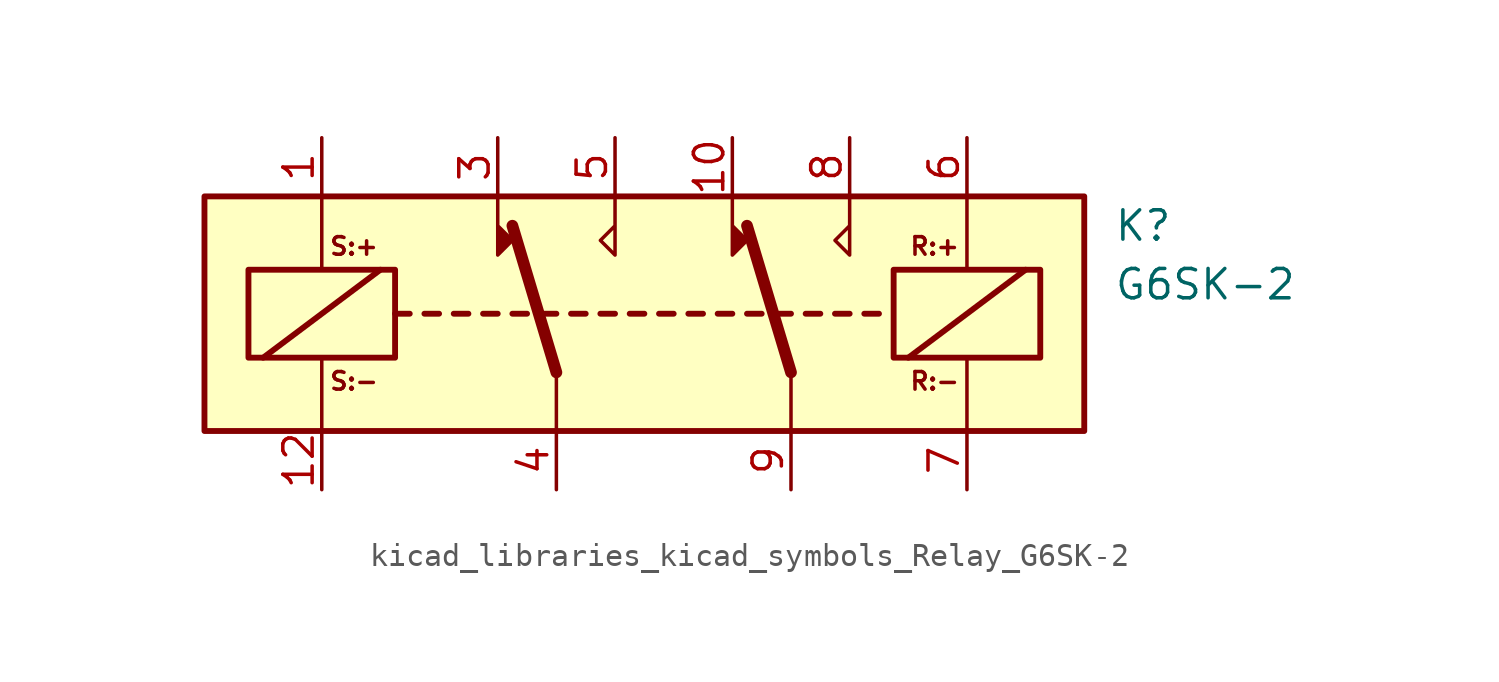
<source format=kicad_sym>
(kicad_symbol_lib
  (version 20220914)
  (generator kicad_symbol_editor)
  (symbol "kicad_libraries_kicad_symbols_Relay_G6SK-2"
    (property "Reference" "K"
      (at 21.59 3.81 0)
      (effects (font (size 1.27 1.27)) (justify left)))
    (property "Value" "G6SK-2"
      (at 21.59 1.27 0)
      (effects (font (size 1.27 1.27)) (justify left)))
    (symbol "kicad_libraries_kicad_symbols_Relay_G6SK-2_0_0"
      (text "R:+" (at 13.843 2.921 0) (effects (font (size 0.762 0.762))))
      (text "R:-" (at 13.843 -2.921 0) (effects (font (size 0.762 0.762))))
      (text "S:+" (at -11.303 2.921 0) (effects (font (size 0.762 0.762))))
      (text "S:-" (at -11.303 -2.921 0) (effects (font (size 0.762 0.762)))))
    (symbol "kicad_libraries_kicad_symbols_Relay_G6SK-2_0_1"
      (rectangle (start -17.78 5.08) (end 20.32 -5.08) (stroke (width 0.254) (type default)) (fill (type background)))
      (rectangle (start -15.875 1.905) (end -9.525 -1.905) (stroke (width 0.254) (type default)) (fill (type none)))
      (polyline (pts (xy -15.24 -1.905) (xy -10.16 1.905)) (stroke (width 0.254) (type default)) (fill (type none)))
      (polyline (pts (xy -12.7 -5.08) (xy -12.7 -1.905)) (stroke (width 0) (type default)) (fill (type none)))
      (polyline (pts (xy -12.7 5.08) (xy -12.7 1.905)) (stroke (width 0) (type default)) (fill (type none)))
      (polyline (pts (xy -9.525 0) (xy -8.89 0)) (stroke (width 0.254) (type default)) (fill (type none)))
      (polyline (pts (xy -8.255 0) (xy -7.62 0)) (stroke (width 0.254) (type default)) (fill (type none)))
      (polyline (pts (xy -6.985 0) (xy -6.35 0)) (stroke (width 0.254) (type default)) (fill (type none)))
      (polyline (pts (xy -5.715 0) (xy -5.08 0)) (stroke (width 0.254) (type default)) (fill (type none)))
      (polyline (pts (xy -4.445 0) (xy -3.81 0)) (stroke (width 0.254) (type default)) (fill (type none)))
      (polyline (pts (xy -3.175 0) (xy -2.54 0)) (stroke (width 0.254) (type default)) (fill (type none)))
      (polyline (pts (xy -2.54 -2.54) (xy -4.445 3.81)) (stroke (width 0.508) (type default)) (fill (type none)))
      (polyline (pts (xy -2.54 -2.54) (xy -2.54 -5.08)) (stroke (width 0) (type default)) (fill (type none)))
      (polyline (pts (xy -1.905 0) (xy -1.27 0)) (stroke (width 0.254) (type default)) (fill (type none)))
      (polyline (pts (xy -0.635 0) (xy 0 0)) (stroke (width 0.254) (type default)) (fill (type none)))
      (polyline (pts (xy 0.635 0) (xy 1.27 0)) (stroke (width 0.254) (type default)) (fill (type none)))
      (polyline (pts (xy 1.905 0) (xy 2.54 0)) (stroke (width 0.254) (type default)) (fill (type none)))
      (polyline (pts (xy 3.175 0) (xy 3.81 0)) (stroke (width 0.254) (type default)) (fill (type none)))
      (polyline (pts (xy 4.445 0) (xy 5.08 0)) (stroke (width 0.254) (type default)) (fill (type none)))
      (polyline (pts (xy 5.715 0) (xy 6.35 0)) (stroke (width 0.254) (type default)) (fill (type none)))
      (polyline (pts (xy 6.985 0) (xy 7.62 0)) (stroke (width 0.254) (type default)) (fill (type none)))
      (polyline (pts (xy 7.62 -2.54) (xy 5.715 3.81)) (stroke (width 0.508) (type default)) (fill (type none)))
      (polyline (pts (xy 7.62 -2.54) (xy 7.62 -5.08)) (stroke (width 0) (type default)) (fill (type none)))
      (polyline (pts (xy 8.255 0) (xy 8.89 0)) (stroke (width 0.254) (type default)) (fill (type none)))
      (polyline (pts (xy 9.525 0) (xy 10.16 0)) (stroke (width 0.254) (type default)) (fill (type none)))
      (polyline (pts (xy 10.795 0) (xy 11.43 0)) (stroke (width 0.254) (type default)) (fill (type none)))
      (polyline (pts (xy 12.7 -1.905) (xy 17.78 1.905)) (stroke (width 0.254) (type default)) (fill (type none)))
      (polyline (pts (xy 15.24 -5.08) (xy 15.24 -1.905)) (stroke (width 0) (type default)) (fill (type none)))
      (polyline (pts (xy 15.24 5.08) (xy 15.24 1.905)) (stroke (width 0) (type default)) (fill (type none)))
      (polyline (pts (xy -5.08 5.08) (xy -5.08 2.54) (xy -4.445 3.175) (xy -5.08 3.81)) (stroke (width 0) (type default)) (fill (type outline)))
      (polyline (pts (xy 0 5.08) (xy 0 2.54) (xy -0.635 3.175) (xy 0 3.81)) (stroke (width 0) (type default)) (fill (type none)))
      (polyline (pts (xy 5.08 5.08) (xy 5.08 2.54) (xy 5.715 3.175) (xy 5.08 3.81)) (stroke (width 0) (type default)) (fill (type outline)))
      (polyline (pts (xy 10.16 5.08) (xy 10.16 2.54) (xy 9.525 3.175) (xy 10.16 3.81)) (stroke (width 0) (type default)) (fill (type none)))
      (rectangle (start 12.065 1.905) (end 18.415 -1.905) (stroke (width 0.254) (type default)) (fill (type none))))
    (symbol "kicad_libraries_kicad_symbols_Relay_G6SK-2_1_1"
      (pin passive line (at -12.7 7.62 270) (length 2.54) (name "~" (effects (font (size 1.27 1.27)))) (number "1" (effects (font (size 1.27 1.27)))))
      (pin passive line (at 5.08 7.62 270) (length 2.54) (name "~" (effects (font (size 1.27 1.27)))) (number "10" (effects (font (size 1.27 1.27)))))
      (pin passive line (at -12.7 -7.62 90) (length 2.54) (name "~" (effects (font (size 1.27 1.27)))) (number "12" (effects (font (size 1.27 1.27)))))
      (pin passive line (at -5.08 7.62 270) (length 2.54) (name "~" (effects (font (size 1.27 1.27)))) (number "3" (effects (font (size 1.27 1.27)))))
      (pin passive line (at -2.54 -7.62 90) (length 2.54) (name "~" (effects (font (size 1.27 1.27)))) (number "4" (effects (font (size 1.27 1.27)))))
      (pin passive line (at 0 7.62 270) (length 2.54) (name "~" (effects (font (size 1.27 1.27)))) (number "5" (effects (font (size 1.27 1.27)))))
      (pin passive line (at 15.24 7.62 270) (length 2.54) (name "~" (effects (font (size 1.27 1.27)))) (number "6" (effects (font (size 1.27 1.27)))))
      (pin passive line (at 15.24 -7.62 90) (length 2.54) (name "~" (effects (font (size 1.27 1.27)))) (number "7" (effects (font (size 1.27 1.27)))))
      (pin passive line (at 10.16 7.62 270) (length 2.54) (name "~" (effects (font (size 1.27 1.27)))) (number "8" (effects (font (size 1.27 1.27)))))
      (pin passive line (at 7.62 -7.62 90) (length 2.54) (name "~" (effects (font (size 1.27 1.27)))) (number "9" (effects (font (size 1.27 1.27))))))))
</source>
